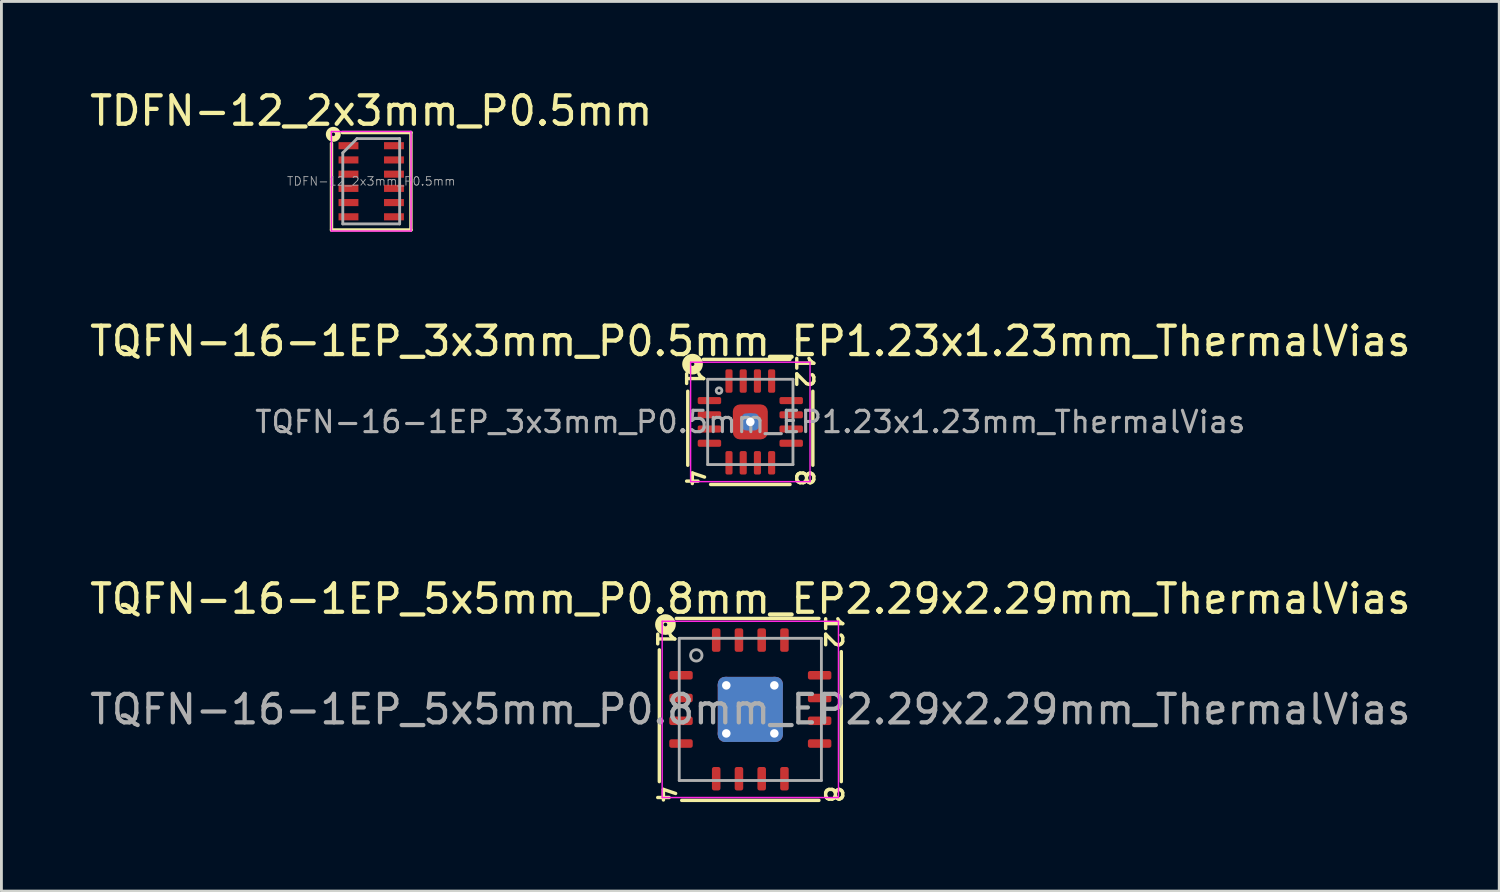
<source format=kicad_pcb>
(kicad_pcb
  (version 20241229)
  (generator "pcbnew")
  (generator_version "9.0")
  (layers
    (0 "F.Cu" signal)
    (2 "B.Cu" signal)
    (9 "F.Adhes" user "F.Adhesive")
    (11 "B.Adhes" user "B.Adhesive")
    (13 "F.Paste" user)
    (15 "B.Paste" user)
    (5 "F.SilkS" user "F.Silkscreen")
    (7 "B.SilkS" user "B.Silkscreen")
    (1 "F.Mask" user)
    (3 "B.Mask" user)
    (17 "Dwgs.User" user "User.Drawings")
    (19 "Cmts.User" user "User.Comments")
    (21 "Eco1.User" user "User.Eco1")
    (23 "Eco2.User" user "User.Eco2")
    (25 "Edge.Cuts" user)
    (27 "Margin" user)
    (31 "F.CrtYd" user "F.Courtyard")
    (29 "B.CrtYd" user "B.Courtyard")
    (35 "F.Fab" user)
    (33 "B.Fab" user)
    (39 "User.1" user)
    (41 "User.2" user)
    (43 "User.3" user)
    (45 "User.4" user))
  (footprint "TQFN-16-1EP_3x3mm_P0.5mm_EP1.23x1.23mm_ThermalVias"
    (layer "F.Cu")
    (at 23.339 11.789)
    (property "Reference" "TQFN-16-1EP_3x3mm_P0.5mm_EP1.23x1.23mm_ThermalVias" (at 0 -2.841 0) (layer "F.SilkS") (effects (font (size 1 1) (thickness 0.15))))
    (attr smd)
    (fp_line (start -2.2 -1.079) (end -2.2 1.524) (stroke (width 0.12) (type solid)) (layer "F.SilkS"))
    (fp_line (start -1.397 2.2) (end 1.397 2.2) (stroke (width 0.12) (type solid)) (layer "F.SilkS"))
    (fp_line (start 1.397 -2.2) (end -1.651 -2.2) (stroke (width 0.12) (type solid)) (layer "F.SilkS"))
    (fp_line (start 2.2 1.524) (end 2.2 -1.079) (stroke (width 0.12) (type solid)) (layer "F.SilkS"))
    (fp_circle (center -2.032 -2.032) (end -1.968 -2.032) (stroke (width 0.3) (type solid)) (fill no) (layer "F.SilkS"))
    (fp_line (start -2.1 -2.1) (end -2.1 2.1) (stroke (width 0.05) (type solid)) (layer "F.CrtYd"))
    (fp_line (start -2.1 2.1) (end 2.1 2.1) (stroke (width 0.05) (type solid)) (layer "F.CrtYd"))
    (fp_line (start 2.1 -2.1) (end -2.1 -2.1) (stroke (width 0.05) (type solid)) (layer "F.CrtYd"))
    (fp_line (start 2.1 2.1) (end 2.1 -2.1) (stroke (width 0.05) (type solid)) (layer "F.CrtYd"))
    (fp_line (start -1.5 -1.5) (end 1.5 -1.5) (stroke (width 0.1) (type solid)) (layer "F.Fab"))
    (fp_line (start -1.5 1.5) (end -1.5 -1.5) (stroke (width 0.1) (type solid)) (layer "F.Fab"))
    (fp_line (start 1.5 -1.5) (end 1.5 1.5) (stroke (width 0.1) (type solid)) (layer "F.Fab"))
    (fp_line (start 1.5 1.5) (end -1.5 1.5) (stroke (width 0.1) (type solid)) (layer "F.Fab"))
    (fp_circle (center -1.1 -1.1) (end -1 -1.1) (stroke (width 0.1) (type solid)) (fill no) (layer "F.Fab"))
    (fp_text user "1" (at -1.968 -1.524 270) (unlocked yes) (layer "F.SilkS") (effects (font (size 0.6 0.6) (thickness 0.12))))
    (fp_text user "4" (at -1.968 1.968 270) (unlocked yes) (layer "F.SilkS") (effects (font (size 0.6 0.6) (thickness 0.12))))
    (fp_text user "8" (at 1.905 1.968 270) (unlocked yes) (layer "F.SilkS") (effects (font (size 0.6 0.6) (thickness 0.12))))
    (fp_text user "12" (at 1.905 -1.778 270) (unlocked yes) (layer "F.SilkS") (effects (font (size 0.6 0.6) (thickness 0.12))))
    (fp_text user "${REFERENCE}" (at 0 0 0) (layer "F.Fab") (effects (font (size 0.75 0.75) (thickness 0.11))))
    (pad "" smd roundrect (at -0.31 -0.31) (size 0.53 0.53) (layers "F.Paste") (roundrect_rratio 0.25))
    (pad "" smd roundrect (at -0.31 0.31) (size 0.53 0.53) (layers "F.Paste") (roundrect_rratio 0.25))
    (pad "" smd roundrect (at 0.31 -0.31) (size 0.53 0.53) (layers "F.Paste") (roundrect_rratio 0.25))
    (pad "" smd roundrect (at 0.31 0.31) (size 0.53 0.53) (layers "F.Paste") (roundrect_rratio 0.25))
    (pad "1" smd roundrect (at -1.438 -0.75) (size 0.825 0.25) (layers "F.Cu" "F.Mask" "F.Paste") (roundrect_rratio 0.25))
    (pad "2" smd roundrect (at -1.438 -0.25) (size 0.825 0.25) (layers "F.Cu" "F.Mask" "F.Paste") (roundrect_rratio 0.25))
    (pad "3" smd roundrect (at -1.438 0.25) (size 0.825 0.25) (layers "F.Cu" "F.Mask" "F.Paste") (roundrect_rratio 0.25))
    (pad "4" smd roundrect (at -1.438 0.75) (size 0.825 0.25) (layers "F.Cu" "F.Mask" "F.Paste") (roundrect_rratio 0.25))
    (pad "5" smd roundrect (at -0.75 1.438) (size 0.25 0.825) (layers "F.Cu" "F.Mask" "F.Paste") (roundrect_rratio 0.25))
    (pad "6" smd roundrect (at -0.25 1.438) (size 0.25 0.825) (layers "F.Cu" "F.Mask" "F.Paste") (roundrect_rratio 0.25))
    (pad "7" smd roundrect (at 0.25 1.438) (size 0.25 0.825) (layers "F.Cu" "F.Mask" "F.Paste") (roundrect_rratio 0.25))
    (pad "8" smd roundrect (at 0.75 1.438) (size 0.25 0.825) (layers "F.Cu" "F.Mask" "F.Paste") (roundrect_rratio 0.25))
    (pad "9" smd roundrect (at 1.438 0.75) (size 0.825 0.25) (layers "F.Cu" "F.Mask" "F.Paste") (roundrect_rratio 0.25))
    (pad "10" smd roundrect (at 1.438 0.25) (size 0.825 0.25) (layers "F.Cu" "F.Mask" "F.Paste") (roundrect_rratio 0.25))
    (pad "11" smd roundrect (at 1.438 -0.25) (size 0.825 0.25) (layers "F.Cu" "F.Mask" "F.Paste") (roundrect_rratio 0.25))
    (pad "12" smd roundrect (at 1.438 -0.75) (size 0.825 0.25) (layers "F.Cu" "F.Mask" "F.Paste") (roundrect_rratio 0.25))
    (pad "13" smd roundrect (at 0.75 -1.438) (size 0.25 0.825) (layers "F.Cu" "F.Mask" "F.Paste") (roundrect_rratio 0.25))
    (pad "14" smd roundrect (at 0.25 -1.438) (size 0.25 0.825) (layers "F.Cu" "F.Mask" "F.Paste") (roundrect_rratio 0.25))
    (pad "15" smd roundrect (at -0.25 -1.438) (size 0.25 0.825) (layers "F.Cu" "F.Mask" "F.Paste") (roundrect_rratio 0.25))
    (pad "16" smd roundrect (at -0.75 -1.438) (size 0.25 0.825) (layers "F.Cu" "F.Mask" "F.Paste") (roundrect_rratio 0.25))
    (pad "17" thru_hole circle (at 0 0) (size 0.6 0.6) (drill 0.3) (property pad_prop_heatsink) (layers "*.Cu"))
    (pad "17" smd roundrect (at 0 0) (size 0.6 0.6) (layers "B.Cu" "B.Mask") (roundrect_rratio 0.25))
    (pad "17" smd roundrect (at 0 0) (size 1.23 1.23) (layers "F.Cu" "F.Mask") (roundrect_rratio 0.203)))
  (footprint "TDFN-12_2x3mm_P0.5mm"
    (layer "F.Cu")
    (at 10.006 3.325)
    (property "Reference" "TDFN-12_2x3mm_P0.5mm" (at 0 -2.477 0) (layer "F.SilkS") (effects (font (size 1 1) (thickness 0.15))))
    (attr smd)
    (fp_line (start -1.397 -1.333) (end -1.397 1.714) (stroke (width 0.12) (type solid)) (layer "F.SilkS"))
    (fp_line (start -1.397 1.714) (end 1.397 1.714) (stroke (width 0.12) (type solid)) (layer "F.SilkS"))
    (fp_line (start 1.397 -1.714) (end -1.016 -1.714) (stroke (width 0.12) (type solid)) (layer "F.SilkS"))
    (fp_line (start 1.397 1.714) (end 1.397 -1.714) (stroke (width 0.12) (type solid)) (layer "F.SilkS"))
    (fp_circle (center -1.333 -1.651) (end -1.27 -1.651) (stroke (width 0.2) (type solid)) (fill no) (layer "F.SilkS"))
    (fp_line (start -1.4 -1.75) (end -1.4 1.75) (stroke (width 0.05) (type solid)) (layer "F.CrtYd"))
    (fp_line (start -1.4 1.75) (end 1.4 1.75) (stroke (width 0.05) (type solid)) (layer "F.CrtYd"))
    (fp_line (start 1.4 -1.75) (end -1.4 -1.75) (stroke (width 0.05) (type solid)) (layer "F.CrtYd"))
    (fp_line (start 1.4 1.75) (end 1.4 -1.75) (stroke (width 0.05) (type solid)) (layer "F.CrtYd"))
    (fp_line (start -1 1.5) (end -1 -1) (stroke (width 0.1) (type solid)) (layer "F.Fab"))
    (fp_line (start -0.5 -1.5) (end -1 -1) (stroke (width 0.1) (type solid)) (layer "F.Fab"))
    (fp_line (start -0.5 -1.5) (end 1 -1.5) (stroke (width 0.1) (type solid)) (layer "F.Fab"))
    (fp_line (start 1 -1.5) (end 1 1.5) (stroke (width 0.1) (type solid)) (layer "F.Fab"))
    (fp_line (start 1 1.5) (end -1 1.5) (stroke (width 0.1) (type solid)) (layer "F.Fab"))
    (fp_text user "${REFERENCE}" (at 0 0 0) (layer "F.Fab") (effects (font (size 0.3 0.3) (thickness 0.03))))
    (pad "1" smd rect (at -0.8 -1.25) (size 0.7 0.25) (layers "F.Cu" "F.Mask" "F.Paste"))
    (pad "2" smd rect (at -0.8 -0.75) (size 0.7 0.25) (layers "F.Cu" "F.Mask" "F.Paste"))
    (pad "3" smd rect (at -0.8 -0.25) (size 0.7 0.25) (layers "F.Cu" "F.Mask" "F.Paste"))
    (pad "4" smd rect (at -0.8 0.25) (size 0.7 0.25) (layers "F.Cu" "F.Mask" "F.Paste"))
    (pad "5" smd rect (at -0.8 0.75) (size 0.7 0.25) (layers "F.Cu" "F.Mask" "F.Paste"))
    (pad "6" smd rect (at -0.8 1.25) (size 0.7 0.25) (layers "F.Cu" "F.Mask" "F.Paste"))
    (pad "7" smd rect (at 0.8 1.25) (size 0.7 0.25) (layers "F.Cu" "F.Mask" "F.Paste"))
    (pad "8" smd rect (at 0.8 0.75) (size 0.7 0.25) (layers "F.Cu" "F.Mask" "F.Paste"))
    (pad "9" smd rect (at 0.8 0.25) (size 0.7 0.25) (layers "F.Cu" "F.Mask" "F.Paste"))
    (pad "10" smd rect (at 0.8 -0.25) (size 0.7 0.25) (layers "F.Cu" "F.Mask" "F.Paste"))
    (pad "11" smd rect (at 0.8 -0.75) (size 0.7 0.25) (layers "F.Cu" "F.Mask" "F.Paste"))
    (pad "12" smd rect (at 0.8 -1.25) (size 0.7 0.25) (layers "F.Cu" "F.Mask" "F.Paste")))
  (footprint "TQFN-16-1EP_5x5mm_P0.8mm_EP2.29x2.29mm_ThermalVias"
    (layer "F.Cu")
    (at 23.339 21.9)
    (property "Reference" "TQFN-16-1EP_5x5mm_P0.8mm_EP2.29x2.29mm_ThermalVias" (at 0 -3.889 0) (layer "F.SilkS") (effects (font (size 1 1) (thickness 0.15))))
    (attr smd)
    (fp_line (start -3.2 -2.095) (end -3.2 2.54) (stroke (width 0.12) (type solid)) (layer "F.SilkS"))
    (fp_line (start -2.413 3.2) (end 2.413 3.2) (stroke (width 0.12) (type solid)) (layer "F.SilkS"))
    (fp_line (start 2.413 -3.2) (end -2.603 -3.2) (stroke (width 0.12) (type solid)) (layer "F.SilkS"))
    (fp_line (start 3.2 2.54) (end 3.2 -2.032) (stroke (width 0.12) (type solid)) (layer "F.SilkS"))
    (fp_circle (center -2.985 -2.985) (end -2.921 -2.985) (stroke (width 0.3) (type solid)) (fill no) (layer "F.SilkS"))
    (fp_line (start -3.1 -3.1) (end -3.1 3.1) (stroke (width 0.05) (type solid)) (layer "F.CrtYd"))
    (fp_line (start -3.1 3.1) (end 3.1 3.1) (stroke (width 0.05) (type solid)) (layer "F.CrtYd"))
    (fp_line (start 3.1 -3.1) (end -3.1 -3.1) (stroke (width 0.05) (type solid)) (layer "F.CrtYd"))
    (fp_line (start 3.1 3.1) (end 3.1 -3.1) (stroke (width 0.05) (type solid)) (layer "F.CrtYd"))
    (fp_line (start -2.5 -2.5) (end 2.5 -2.5) (stroke (width 0.1) (type solid)) (layer "F.Fab"))
    (fp_line (start -2.5 2.5) (end -2.5 -2.5) (stroke (width 0.1) (type solid)) (layer "F.Fab"))
    (fp_line (start 2.5 -2.5) (end 2.5 2.5) (stroke (width 0.1) (type solid)) (layer "F.Fab"))
    (fp_line (start 2.5 2.5) (end -2.5 2.5) (stroke (width 0.1) (type solid)) (layer "F.Fab"))
    (fp_circle (center -1.9 -1.9) (end -1.7 -1.9) (stroke (width 0.1) (type solid)) (fill no) (layer "F.Fab"))
    (fp_text user "8" (at 2.921 2.985 270) (unlocked yes) (layer "F.SilkS") (effects (font (size 0.6 0.6) (thickness 0.12))))
    (fp_text user "12" (at 2.921 -2.731 270) (unlocked yes) (layer "F.SilkS") (effects (font (size 0.6 0.6) (thickness 0.12))))
    (fp_text user "4" (at -2.985 2.985 270) (unlocked yes) (layer "F.SilkS") (effects (font (size 0.6 0.6) (thickness 0.12))))
    (fp_text user "1" (at -2.985 -2.477 270) (unlocked yes) (layer "F.SilkS") (effects (font (size 0.6 0.6) (thickness 0.12))))
    (fp_text user "${REFERENCE}" (at 0 0 0) (layer "F.Fab") (effects (font (size 1 1) (thickness 0.15))))
    (pad "" smd roundrect (at -0.57 -0.57) (size 0.99 0.99) (layers "F.Paste") (roundrect_rratio 0.25))
    (pad "" smd roundrect (at -0.57 0.57) (size 0.99 0.99) (layers "F.Paste") (roundrect_rratio 0.25))
    (pad "" smd roundrect (at 0.57 -0.57) (size 0.99 0.99) (layers "F.Paste") (roundrect_rratio 0.25))
    (pad "" smd roundrect (at 0.57 0.57) (size 0.99 0.99) (layers "F.Paste") (roundrect_rratio 0.25))
    (pad "1" smd roundrect (at -2.438 -1.2) (size 0.825 0.3) (layers "F.Cu" "F.Mask" "F.Paste") (roundrect_rratio 0.25))
    (pad "2" smd roundrect (at -2.438 -0.4) (size 0.825 0.3) (layers "F.Cu" "F.Mask" "F.Paste") (roundrect_rratio 0.25))
    (pad "3" smd roundrect (at -2.438 0.4) (size 0.825 0.3) (layers "F.Cu" "F.Mask" "F.Paste") (roundrect_rratio 0.25))
    (pad "4" smd roundrect (at -2.438 1.2) (size 0.825 0.3) (layers "F.Cu" "F.Mask" "F.Paste") (roundrect_rratio 0.25))
    (pad "5" smd roundrect (at -1.2 2.438) (size 0.3 0.825) (layers "F.Cu" "F.Mask" "F.Paste") (roundrect_rratio 0.25))
    (pad "6" smd roundrect (at -0.4 2.438) (size 0.3 0.825) (layers "F.Cu" "F.Mask" "F.Paste") (roundrect_rratio 0.25))
    (pad "7" smd roundrect (at 0.4 2.438) (size 0.3 0.825) (layers "F.Cu" "F.Mask" "F.Paste") (roundrect_rratio 0.25))
    (pad "8" smd roundrect (at 1.2 2.438) (size 0.3 0.825) (layers "F.Cu" "F.Mask" "F.Paste") (roundrect_rratio 0.25))
    (pad "9" smd roundrect (at 2.438 1.2) (size 0.825 0.3) (layers "F.Cu" "F.Mask" "F.Paste") (roundrect_rratio 0.25))
    (pad "10" smd roundrect (at 2.438 0.4) (size 0.825 0.3) (layers "F.Cu" "F.Mask" "F.Paste") (roundrect_rratio 0.25))
    (pad "11" smd roundrect (at 2.438 -0.4) (size 0.825 0.3) (layers "F.Cu" "F.Mask" "F.Paste") (roundrect_rratio 0.25))
    (pad "12" smd roundrect (at 2.438 -1.2) (size 0.825 0.3) (layers "F.Cu" "F.Mask" "F.Paste") (roundrect_rratio 0.25))
    (pad "13" smd roundrect (at 1.2 -2.438) (size 0.3 0.825) (layers "F.Cu" "F.Mask" "F.Paste") (roundrect_rratio 0.25))
    (pad "14" smd roundrect (at 0.4 -2.438) (size 0.3 0.825) (layers "F.Cu" "F.Mask" "F.Paste") (roundrect_rratio 0.25))
    (pad "15" smd roundrect (at -0.4 -2.438) (size 0.3 0.825) (layers "F.Cu" "F.Mask" "F.Paste") (roundrect_rratio 0.25))
    (pad "16" smd roundrect (at -1.2 -2.438) (size 0.3 0.825) (layers "F.Cu" "F.Mask" "F.Paste") (roundrect_rratio 0.25))
    (pad "17" thru_hole circle (at -0.845 -0.845) (size 0.6 0.6) (drill 0.3) (property pad_prop_heatsink) (layers "*.Cu"))
    (pad "17" thru_hole circle (at -0.845 0.845) (size 0.6 0.6) (drill 0.3) (property pad_prop_heatsink) (layers "*.Cu"))
    (pad "17" smd roundrect (at 0 0) (size 2.29 2.29) (layers "F.Cu" "F.Mask") (roundrect_rratio 0.109))
    (pad "17" smd roundrect (at 0 0) (size 2.29 2.29) (layers "B.Cu" "B.Mask") (roundrect_rratio 0.109))
    (pad "17" thru_hole circle (at 0.845 -0.845) (size 0.6 0.6) (drill 0.3) (property pad_prop_heatsink) (layers "*.Cu"))
    (pad "17" thru_hole circle (at 0.845 0.845) (size 0.6 0.6) (drill 0.3) (property pad_prop_heatsink) (layers "*.Cu")))
  (gr_rect
    (start -3 -3)
    (end 49.679 28.29)
    (stroke (width 0.1) (type default))
    (fill no)
    (layer "Edge.Cuts")))
</source>
